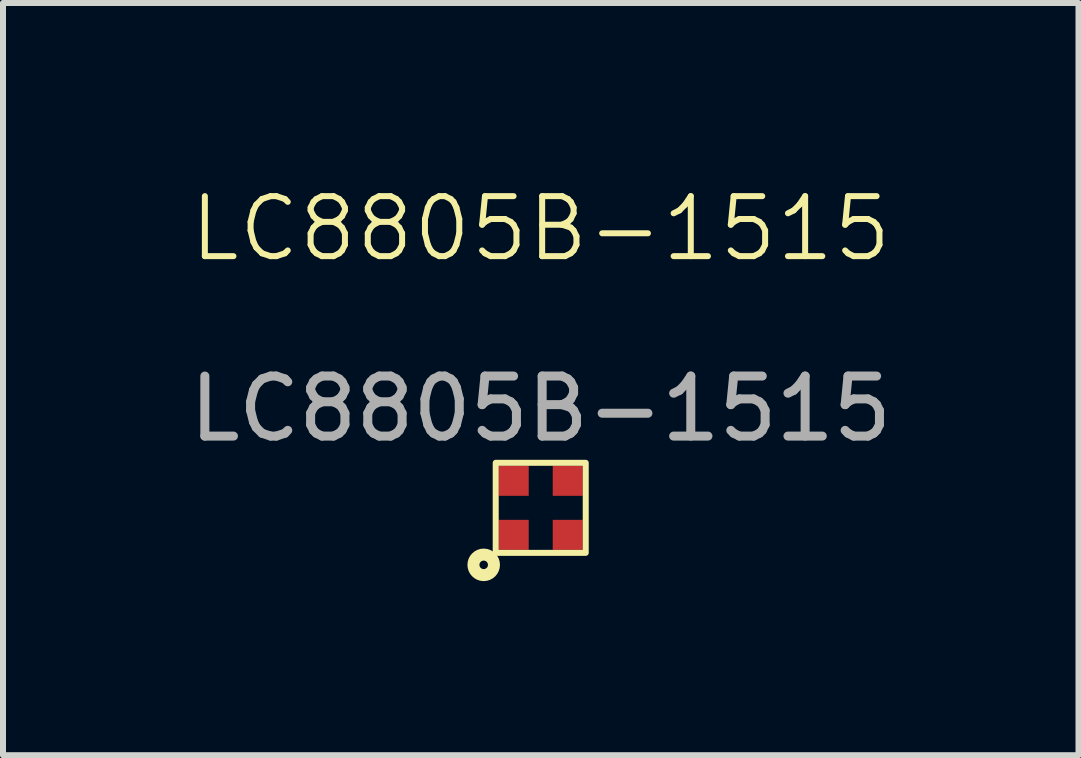
<source format=kicad_pcb>
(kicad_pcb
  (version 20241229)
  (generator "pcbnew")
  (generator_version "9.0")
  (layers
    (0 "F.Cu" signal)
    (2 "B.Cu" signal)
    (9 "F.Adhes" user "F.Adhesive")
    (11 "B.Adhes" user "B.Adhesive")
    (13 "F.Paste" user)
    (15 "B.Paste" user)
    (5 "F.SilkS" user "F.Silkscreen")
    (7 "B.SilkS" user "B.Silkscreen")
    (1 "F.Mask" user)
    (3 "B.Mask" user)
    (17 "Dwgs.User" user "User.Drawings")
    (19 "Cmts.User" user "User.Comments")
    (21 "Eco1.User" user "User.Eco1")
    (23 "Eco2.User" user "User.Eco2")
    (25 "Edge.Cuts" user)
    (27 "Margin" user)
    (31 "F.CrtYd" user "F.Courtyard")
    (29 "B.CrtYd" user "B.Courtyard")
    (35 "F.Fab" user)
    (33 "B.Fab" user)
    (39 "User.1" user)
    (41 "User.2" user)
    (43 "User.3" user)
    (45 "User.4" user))
  (footprint "LC8805B-1515"
    (layer "F.Cu")
    (at 5.958 1.26)
    (property "Reference" "LC8805B-1515" (at 0 -0.5 0) (unlocked yes) (layer "F.SilkS") (effects (font (size 1 1) (thickness 0.1))))
    (attr smd)
    (fp_rect (start -0.75 3.4) (end 0.75 4.9) (stroke (width 0.1) (type default)) (fill no) (layer "F.SilkS"))
    (fp_circle (center -0.95 5.1) (end -0.879 5.1) (stroke (width 0.2) (type default)) (fill no) (layer "F.SilkS"))
    (fp_text user "${REFERENCE}" (at 0 2.5 0) (unlocked yes) (layer "F.Fab") (effects (font (size 1 1) (thickness 0.15))))
    (pad "1" smd rect (at -0.45 4.6) (size 0.5 0.5) (layers "F.Cu" "F.Mask" "F.Paste"))
    (pad "2" smd rect (at 0.45 4.6) (size 0.5 0.5) (layers "F.Cu" "F.Mask" "F.Paste"))
    (pad "3" smd rect (at 0.45 3.7) (size 0.5 0.5) (layers "F.Cu" "F.Mask" "F.Paste"))
    (pad "4" smd rect (at -0.45 3.7) (size 0.5 0.5) (layers "F.Cu" "F.Mask" "F.Paste")))
  (gr_rect
    (start -3 -3)
    (end 14.917 9.531)
    (stroke (width 0.1) (type default))
    (fill no)
    (layer "Edge.Cuts")))
</source>
